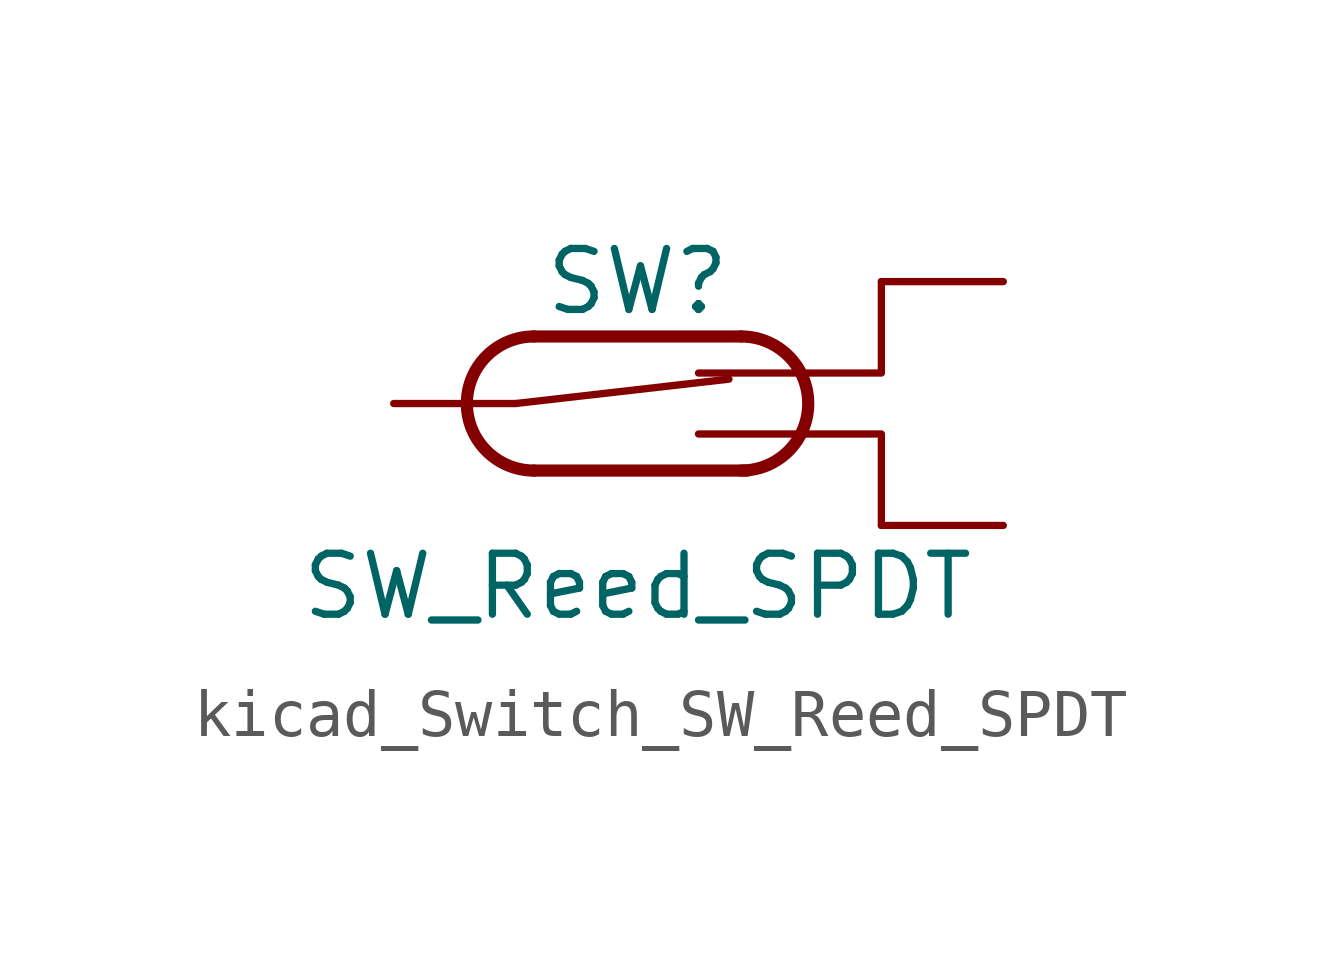
<source format=kicad_sym>
(kicad_symbol_lib
  (version 20220914)
  (generator kicad_symbol_editor)
  (symbol "kicad_Switch_SW_Reed_SPDT"
    (pin_numbers hide)
    (pin_names
      (offset 0) hide)
    (property "Reference" "SW"
      (at 0 2.54 0)
      (effects (font (size 1.27 1.27))))
    (property "Value" "SW_Reed_SPDT"
      (at 0 -3.81 0)
      (effects (font (size 1.27 1.27))))
    (symbol "kicad_Switch_SW_Reed_SPDT_0_0"
      (arc (start -2.159 1.397) (mid -3.55 0) (end -2.159 -1.397) (stroke (width 0.254) (type default)) (fill (type none)))
      (polyline (pts (xy -2.54 0) (xy 1.905 0.508)) (stroke (width 0) (type default)) (fill (type none)))
      (polyline (pts (xy -2.159 -1.397) (xy 2.286 -1.397)) (stroke (width 0.254) (type default)) (fill (type none)))
      (polyline (pts (xy 2.159 1.397) (xy -2.159 1.397)) (stroke (width 0.254) (type default)) (fill (type none)))
      (arc (start 2.159 -1.397) (mid 3.55 0) (end 2.159 1.397) (stroke (width 0.254) (type default)) (fill (type none))))
    (symbol "kicad_Switch_SW_Reed_SPDT_0_1"
      (polyline (pts (xy 1.27 -0.635) (xy 5.08 -0.635) (xy 5.08 -2.54)) (stroke (width 0) (type default)) (fill (type none)))
      (polyline (pts (xy 1.27 0.635) (xy 5.08 0.635) (xy 5.08 2.54)) (stroke (width 0) (type default)) (fill (type none))))
    (symbol "kicad_Switch_SW_Reed_SPDT_1_1"
      (pin passive line (at 7.62 2.54 180) (length 2.54) (name "1" (effects (font (size 1.27 1.27)))) (number "1" (effects (font (size 1.27 1.27)))))
      (pin passive line (at -5.08 0 0) (length 2.54) (name "2" (effects (font (size 1.27 1.27)))) (number "2" (effects (font (size 1.27 1.27)))))
      (pin passive line (at 7.62 -2.54 180) (length 2.54) (name "3" (effects (font (size 1.27 1.27)))) (number "3" (effects (font (size 1.27 1.27))))))))
</source>
